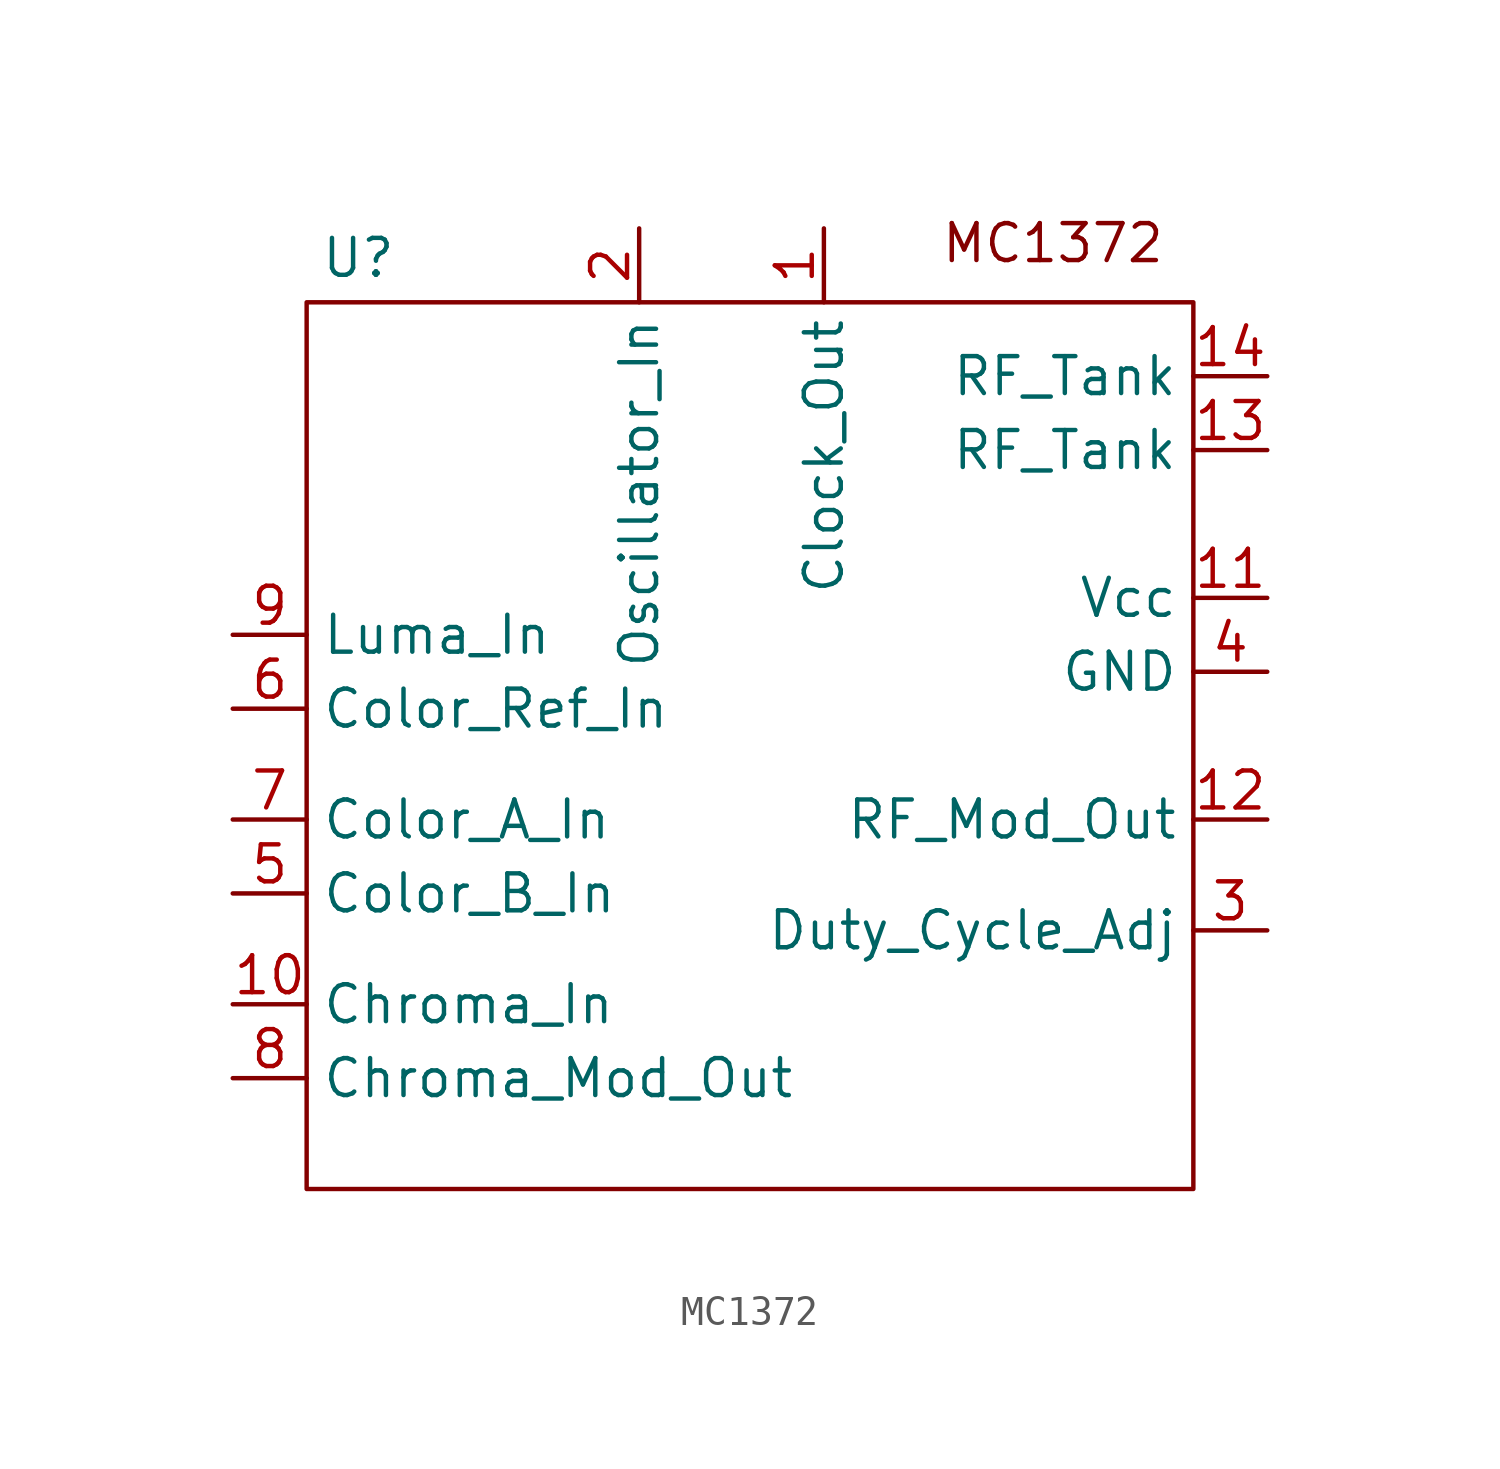
<source format=kicad_sym>
(kicad_symbol_lib
  (version 20241209)
  (generator "kicad_symbol_editor")
  (generator_version "9.0")
  (symbol "MC1372"
    (property "Reference" "U"
      (at -10.922 -1.016 0)
      (effects (font (size 1.27 1.27))))
    (property "Value" ""
      (at 0 0 0)
      (effects (font (size 1.27 1.27))))
    (symbol "MC1372_0_1"
      (rectangle (start -12.7 -2.54) (end 17.78 -33.02) (stroke (width 0) (type default)) (fill (type none))))
    (symbol "MC1372_1_1"
      (text "MC1372" (at 12.954 -0.508 0) (effects (font (size 1.27 1.27))))
      (pin input line (at -15.24 -13.97 0) (length 2.54) (name "Luma_In" (effects (font (size 1.27 1.27)))) (number "9" (effects (font (size 1.27 1.27)))))
      (pin input line (at -15.24 -16.51 0) (length 2.54) (name "Color_Ref_In" (effects (font (size 1.27 1.27)))) (number "6" (effects (font (size 1.27 1.27)))))
      (pin input line (at -15.24 -20.32 0) (length 2.54) (name "Color_A_In" (effects (font (size 1.27 1.27)))) (number "7" (effects (font (size 1.27 1.27)))))
      (pin input line (at -15.24 -22.86 0) (length 2.54) (name "Color_B_In" (effects (font (size 1.27 1.27)))) (number "5" (effects (font (size 1.27 1.27)))))
      (pin input line (at -15.24 -26.67 0) (length 2.54) (name "Chroma_In" (effects (font (size 1.27 1.27)))) (number "10" (effects (font (size 1.27 1.27)))))
      (pin output line (at -15.24 -29.21 0) (length 2.54) (name "Chroma_Mod_Out" (effects (font (size 1.27 1.27)))) (number "8" (effects (font (size 1.27 1.27)))))
      (pin input line (at -1.27 0 270) (length 2.54) (name "Oscillator_In" (effects (font (size 1.27 1.27)))) (number "2" (effects (font (size 1.27 1.27)))))
      (pin output line (at 5.08 0 270) (length 2.54) (name "Clock_Out" (effects (font (size 1.27 1.27)))) (number "1" (effects (font (size 1.27 1.27)))))
      (pin input line (at 20.32 -5.08 180) (length 2.54) (name "RF_Tank" (effects (font (size 1.27 1.27)))) (number "14" (effects (font (size 1.27 1.27)))))
      (pin input line (at 20.32 -7.62 180) (length 2.54) (name "RF_Tank" (effects (font (size 1.27 1.27)))) (number "13" (effects (font (size 1.27 1.27)))))
      (pin power_in line (at 20.32 -12.7 180) (length 2.54) (name "Vcc" (effects (font (size 1.27 1.27)))) (number "11" (effects (font (size 1.27 1.27)))))
      (pin power_in line (at 20.32 -15.24 180) (length 2.54) (name "GND" (effects (font (size 1.27 1.27)))) (number "4" (effects (font (size 1.27 1.27)))))
      (pin output line (at 20.32 -20.32 180) (length 2.54) (name "RF_Mod_Out" (effects (font (size 1.27 1.27)))) (number "12" (effects (font (size 1.27 1.27)))))
      (pin input line (at 20.32 -24.13 180) (length 2.54) (name "Duty_Cycle_Adj" (effects (font (size 1.27 1.27)))) (number "3" (effects (font (size 1.27 1.27))))))))
</source>
